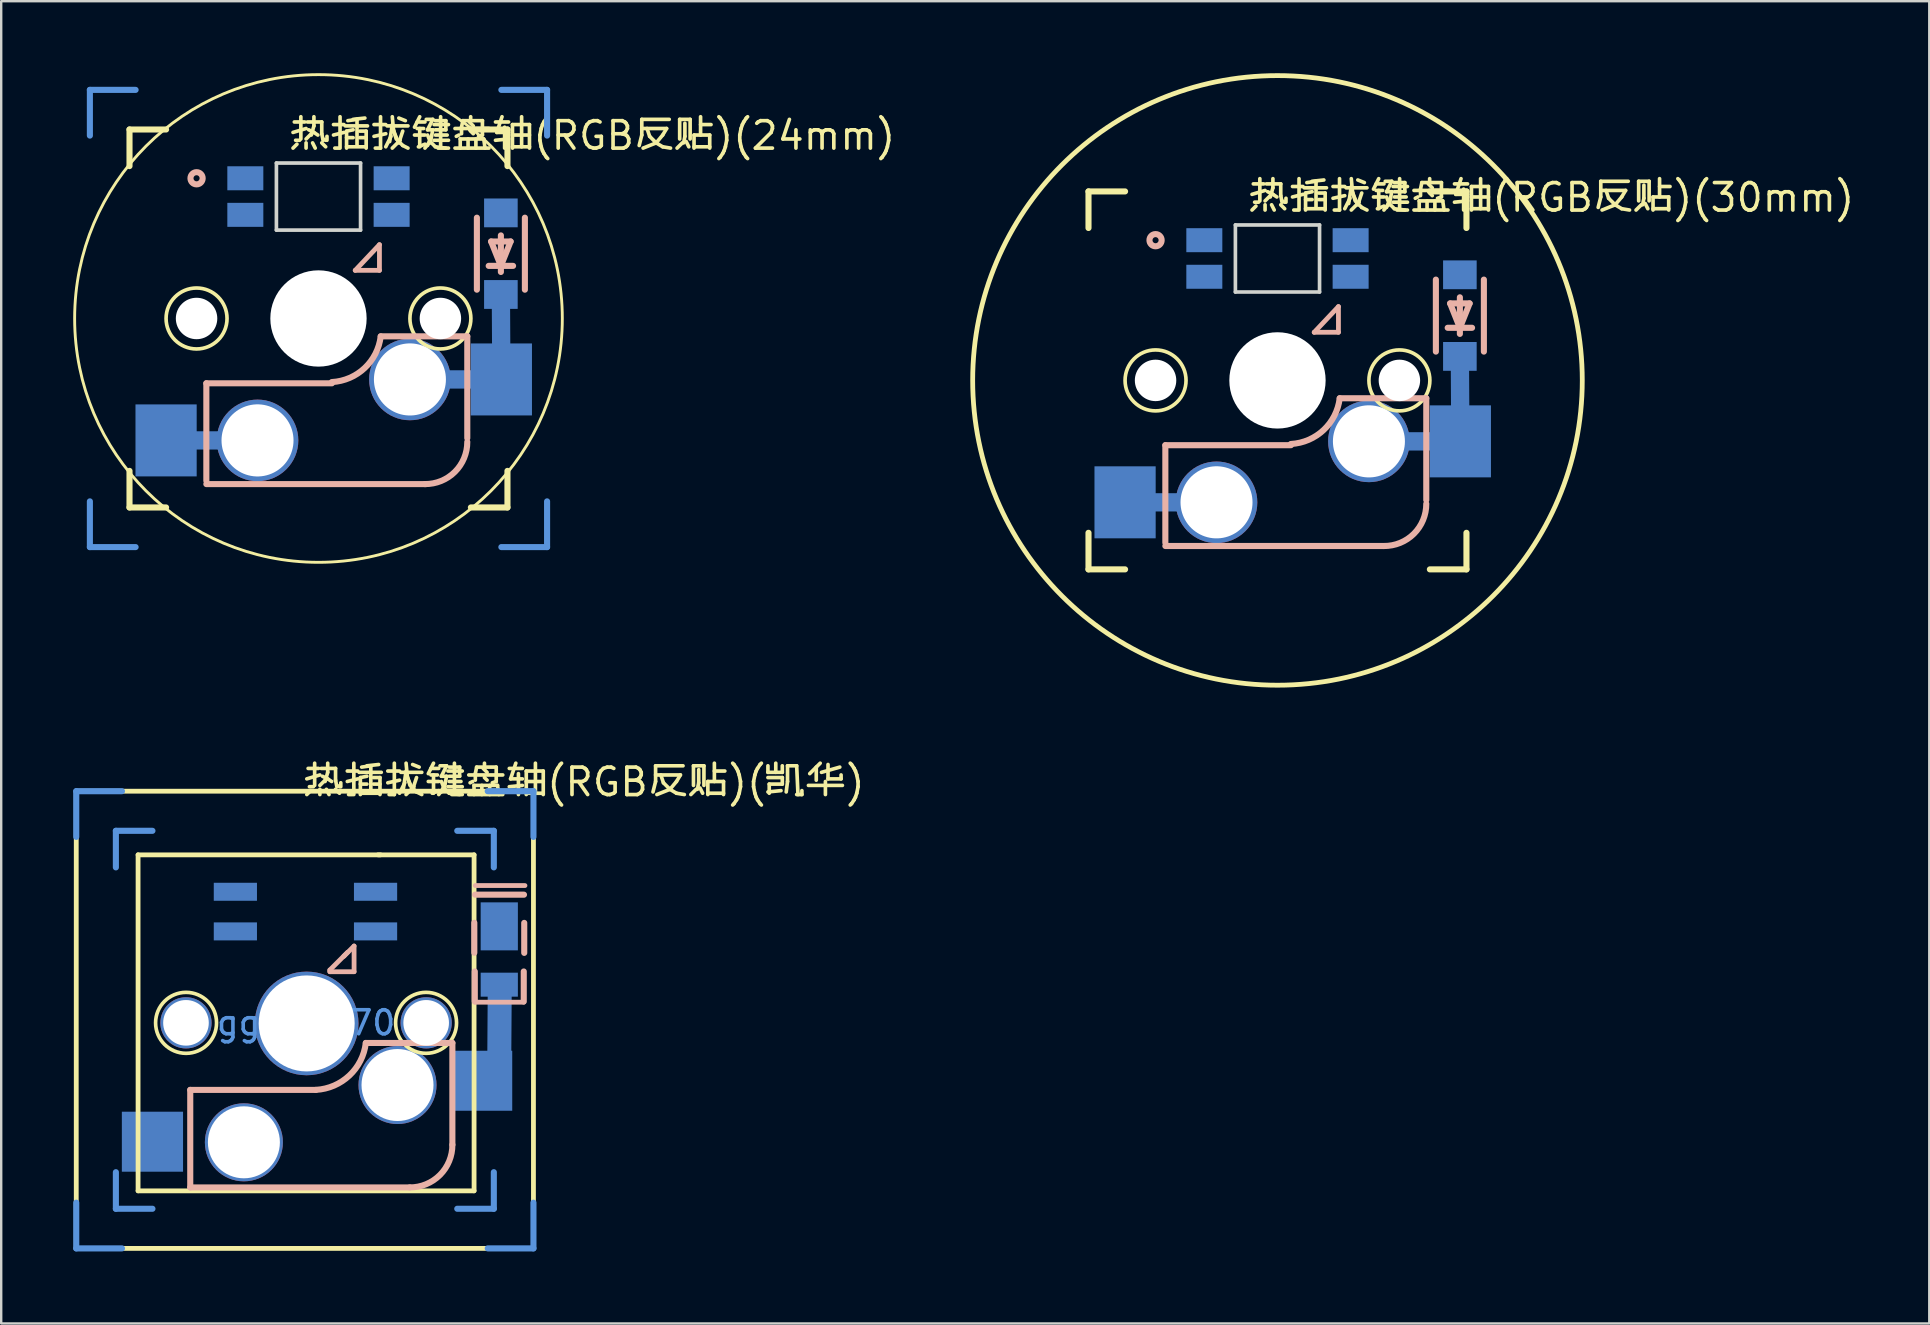
<source format=kicad_pcb>
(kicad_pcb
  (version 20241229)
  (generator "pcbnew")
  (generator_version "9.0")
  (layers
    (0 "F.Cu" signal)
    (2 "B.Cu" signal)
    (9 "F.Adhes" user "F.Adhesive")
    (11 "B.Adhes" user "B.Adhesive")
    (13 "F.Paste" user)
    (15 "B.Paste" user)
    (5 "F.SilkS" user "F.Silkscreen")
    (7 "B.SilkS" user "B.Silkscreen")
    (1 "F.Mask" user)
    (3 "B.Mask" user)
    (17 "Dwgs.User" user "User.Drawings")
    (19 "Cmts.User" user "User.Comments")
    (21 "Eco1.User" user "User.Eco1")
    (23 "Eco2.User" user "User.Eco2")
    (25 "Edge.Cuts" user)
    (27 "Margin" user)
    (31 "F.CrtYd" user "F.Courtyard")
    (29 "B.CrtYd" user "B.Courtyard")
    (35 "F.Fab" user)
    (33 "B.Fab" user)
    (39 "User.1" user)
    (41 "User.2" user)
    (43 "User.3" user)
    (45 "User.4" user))
  (footprint "热插拔键盘轴(RGB反贴)(30mm)"
    (layer "F.Cu")
    (at 50.178 12.8)
    (property "Reference" "热插拔键盘轴(RGB反贴)(30mm)" (at -1.27 -7.62 0) (layer "F.SilkS") (effects (font (size 1.143 1.143) (thickness 0.152)) (justify left)))
    (attr smd)
    (fp_line (start -6.35 5.08) (end -2.54 5.08) (stroke (width 0.762) (type solid)) (layer "B.Cu"))
    (fp_line (start 3.81 2.54) (end 7.62 2.54) (stroke (width 0.762) (type solid)) (layer "B.Cu"))
    (fp_line (start 7.62 2.54) (end 7.6 -1) (stroke (width 0.762) (type solid)) (layer "B.Cu"))
    (fp_line (start -7.874 -7.874) (end -6.35 -7.874) (stroke (width 0.254) (type solid)) (layer "F.SilkS"))
    (fp_line (start -7.874 -6.35) (end -7.874 -7.874) (stroke (width 0.254) (type solid)) (layer "F.SilkS"))
    (fp_line (start -7.874 7.874) (end -7.874 6.35) (stroke (width 0.254) (type solid)) (layer "F.SilkS"))
    (fp_line (start -6.35 7.874) (end -7.874 7.874) (stroke (width 0.254) (type solid)) (layer "F.SilkS"))
    (fp_line (start 6.35 -7.874) (end 7.874 -7.874) (stroke (width 0.254) (type solid)) (layer "F.SilkS"))
    (fp_line (start 7.874 -7.874) (end 7.874 -6.35) (stroke (width 0.254) (type solid)) (layer "F.SilkS"))
    (fp_line (start 7.874 6.35) (end 7.874 7.874) (stroke (width 0.254) (type solid)) (layer "F.SilkS"))
    (fp_line (start 7.874 7.874) (end 6.35 7.874) (stroke (width 0.254) (type solid)) (layer "F.SilkS"))
    (fp_circle (center -5.08 0) (end -3.81 0) (stroke (width 0.152) (type solid)) (fill no) (layer "F.SilkS"))
    (fp_circle (center 0 0) (end 12.7 0) (stroke (width 0.2) (type default)) (fill no) (layer "F.SilkS"))
    (fp_circle (center 5.08 0) (end 6.35 0) (stroke (width 0.152) (type solid)) (fill no) (layer "F.SilkS"))
    (fp_line (start -4.672 2.7) (end -4.672 6.764) (stroke (width 0.254) (type solid)) (layer "B.SilkS"))
    (fp_line (start -4.672 2.7) (end 0.56 2.7) (stroke (width 0.254) (type solid)) (layer "B.SilkS"))
    (fp_line (start 1.531 -2.005) (end 2.54 -3.075) (stroke (width 0.2) (type solid)) (layer "B.SilkS"))
    (fp_line (start 2.54 -3.075) (end 2.54 -2.005) (stroke (width 0.2) (type solid)) (layer "B.SilkS"))
    (fp_line (start 2.54 -2.005) (end 1.531 -2.005) (stroke (width 0.2) (type solid)) (layer "B.SilkS"))
    (fp_line (start 2.593 0.744) (end 6.2 0.744) (stroke (width 0.254) (type solid)) (layer "B.SilkS"))
    (fp_line (start 4.472 6.9) (end -4.672 6.9) (stroke (width 0.254) (type solid)) (layer "B.SilkS"))
    (fp_line (start 6.2 0.744) (end 6.2 4.986) (stroke (width 0.254) (type solid)) (layer "B.SilkS"))
    (fp_line (start 6.6 -4.2) (end 6.6 -1.2) (stroke (width 0.254) (type solid)) (layer "B.SilkS"))
    (fp_line (start 7.092 -2.192) (end 8.108 -2.192) (stroke (width 0.254) (type solid)) (layer "B.SilkS"))
    (fp_line (start 7.194 -3.208) (end 8.006 -3.208) (stroke (width 0.254) (type solid)) (layer "B.SilkS"))
    (fp_line (start 7.6 -2.192) (end 7.194 -3.208) (stroke (width 0.254) (type solid)) (layer "B.SilkS"))
    (fp_line (start 7.6 -1.938) (end 7.6 -3.462) (stroke (width 0.254) (type solid)) (layer "B.SilkS"))
    (fp_line (start 8.006 -3.208) (end 7.6 -2.192) (stroke (width 0.254) (type solid)) (layer "B.SilkS"))
    (fp_line (start 8.6 -4.2) (end 8.6 -1.2) (stroke (width 0.254) (type solid)) (layer "B.SilkS"))
    (fp_arc (start 2.593 0.744) (mid 1.92218 2.067083) (end 0.557846 2.649438) (stroke (width 0.254) (type solid)) (layer "B.SilkS"))
    (fp_arc (start 6.2 5.140489) (mid 5.684587 6.389986) (end 4.432879 6.9) (stroke (width 0.254) (type solid)) (layer "B.SilkS"))
    (fp_circle (center -5.08 -5.842) (end -4.826 -5.842) (stroke (width 0.254) (type solid)) (fill no) (layer "B.SilkS"))
    (fp_line (start -1.753 -6.477) (end -1.753 -3.683) (stroke (width 0.152) (type solid)) (layer "Edge.Cuts"))
    (fp_line (start -1.753 -3.683) (end 1.753 -3.683) (stroke (width 0.152) (type solid)) (layer "Edge.Cuts"))
    (fp_line (start 1.753 -6.477) (end -1.753 -6.477) (stroke (width 0.152) (type solid)) (layer "Edge.Cuts"))
    (fp_line (start 1.753 -3.683) (end 1.753 -6.477) (stroke (width 0.152) (type solid)) (layer "Edge.Cuts"))
    (pad "" np_thru_hole circle (at -5.08 0) (size 1.727 1.727) (drill 1.727) (layers "*.Cu" "*.Mask"))
    (pad "" np_thru_hole circle (at 0 0) (size 4.013 4.013) (drill 4.013) (layers "*.Cu" "*.Mask"))
    (pad "" np_thru_hole circle (at 5.08 0) (size 1.727 1.727) (drill 1.727) (layers "*.Cu" "*.Mask"))
    (pad "1" thru_hole circle (at 3.81 2.54) (size 3.4 3.4) (drill oval 3 3.005) (layers "*.Cu" "*.Paste" "*.Mask"))
    (pad "1" smd rect (at 7.6 -1 270) (size 1.2 1.4) (layers "B.Cu" "B.Mask" "B.Paste"))
    (pad "1" smd rect (at 7.62 2.54) (size 2.55 3) (layers "B.Cu" "B.Mask" "B.Paste"))
    (pad "2" thru_hole circle (at -2.54 5.08 180) (size 3.4 3.4) (drill oval 3 3.005) (layers "*.Cu" "*.Paste" "*.Mask"))
    (pad "COL" smd rect (at 7.6 -4.4 270) (size 1.2 1.4) (layers "B.Cu" "B.Mask" "B.Paste"))
    (pad "DIN" smd rect (at -3.048 -4.318 180) (size 1.5 1) (layers "B.Cu" "B.Mask" "B.Paste"))
    (pad "DOUT" smd rect (at 3.048 -5.842 180) (size 1.5 1) (layers "B.Cu" "B.Mask" "B.Paste"))
    (pad "LED" smd rect (at 3.048 -4.318 180) (size 1.5 1) (layers "B.Cu" "B.Mask" "B.Paste"))
    (pad "LEDGND" smd rect (at -3.048 -5.842 180) (size 1.5 1) (layers "B.Cu" "B.Mask" "B.Paste"))
    (pad "ROW" smd rect (at -6.35 5.08) (size 2.55 3) (layers "B.Cu" "B.Mask" "B.Paste")))
  (footprint "热插拔键盘轴(RGB反贴)(凯华)"
    (layer "F.Cu")
    (at 9.703 39.568)
    (property "Reference" "热插拔键盘轴(RGB反贴)(凯华)" (at -0.178 -10.033 0) (layer "F.SilkS") (effects (font (size 1.143 1.143) (thickness 0.152)) (justify left)))
    (attr smd)
    (fp_line (start 7.315 2.413) (end 8.049 1.679) (stroke (width 1) (type solid)) (layer "B.Cu"))
    (fp_line (start 8.049 1.679) (end 8.07 -1.55) (stroke (width 1) (type solid)) (layer "B.Cu"))
    (fp_line (start -9.576 -9.652) (end 9.474 -9.652) (stroke (width 0.2) (type solid)) (layer "F.SilkS"))
    (fp_line (start -9.576 9.398) (end -9.576 -9.652) (stroke (width 0.2) (type solid)) (layer "F.SilkS"))
    (fp_line (start -7 -7) (end -7 7) (stroke (width 0.2) (type solid)) (layer "F.SilkS"))
    (fp_line (start -7 7) (end 7 7) (stroke (width 0.2) (type solid)) (layer "F.SilkS"))
    (fp_line (start 3.1 -7) (end -7 -7) (stroke (width 0.2) (type solid)) (layer "F.SilkS"))
    (fp_line (start 7 -7) (end 3 -7) (stroke (width 0.2) (type solid)) (layer "F.SilkS"))
    (fp_line (start 7 7) (end 7 -7) (stroke (width 0.2) (type solid)) (layer "F.SilkS"))
    (fp_line (start 9.474 -9.652) (end 9.474 9.398) (stroke (width 0.2) (type solid)) (layer "F.SilkS"))
    (fp_line (start 9.474 9.398) (end -9.576 9.398) (stroke (width 0.2) (type solid)) (layer "F.SilkS"))
    (fp_circle (center -5 0) (end -3.73 0) (stroke (width 0.152) (type solid)) (fill no) (layer "F.SilkS"))
    (fp_circle (center 5 0) (end 6.27 0) (stroke (width 0.152) (type solid)) (fill no) (layer "F.SilkS"))
    (fp_line (start -4.826 2.794) (end -4.826 6.858) (stroke (width 0.254) (type solid)) (layer "B.SilkS"))
    (fp_line (start -4.826 2.794) (end 0.406 2.794) (stroke (width 0.254) (type solid)) (layer "B.SilkS"))
    (fp_line (start 0.991 -2.201) (end 1.73 -2.94) (stroke (width 0.2) (type solid)) (layer "B.SilkS"))
    (fp_line (start 0.991 -2.13) (end 0.991 -2.201) (stroke (width 0.2) (type solid)) (layer "B.SilkS"))
    (fp_line (start 1.58 -2.78) (end 1.58 -2.78) (stroke (width 0.2) (type solid)) (layer "B.SilkS"))
    (fp_line (start 1.58 -2.78) (end 2 -3.2) (stroke (width 0.2) (type solid)) (layer "B.SilkS"))
    (fp_line (start 2 -3.2) (end 2 -2.13) (stroke (width 0.2) (type solid)) (layer "B.SilkS"))
    (fp_line (start 2 -2.13) (end 0.991 -2.13) (stroke (width 0.2) (type solid)) (layer "B.SilkS"))
    (fp_line (start 2.489 0.838) (end 6.096 0.838) (stroke (width 0.254) (type solid)) (layer "B.SilkS"))
    (fp_line (start 4.318 6.858) (end -4.826 6.858) (stroke (width 0.254) (type solid)) (layer "B.SilkS"))
    (fp_line (start 6.096 0.838) (end 6.096 5.08) (stroke (width 0.254) (type solid)) (layer "B.SilkS"))
    (fp_line (start 7.01 -2.92) (end 7.01 -4.17) (stroke (width 0.254) (type solid)) (layer "B.SilkS"))
    (fp_line (start 7.03 -2.14) (end 7.03 -0.89) (stroke (width 0.254) (type solid)) (layer "B.SilkS"))
    (fp_line (start 7.03 -0.86) (end 9.07 -0.86) (stroke (width 0.2) (type solid)) (layer "B.SilkS"))
    (fp_line (start 7.04 -5.34) (end 9.08 -5.34) (stroke (width 0.254) (type solid)) (layer "B.SilkS"))
    (fp_line (start 7.05 -5.72) (end 9.12 -5.72) (stroke (width 0.2) (type solid)) (layer "B.SilkS"))
    (fp_line (start 9.07 -2.14) (end 9.07 -0.89) (stroke (width 0.254) (type solid)) (layer "B.SilkS"))
    (fp_line (start 9.09 -2.915) (end 9.09 -4.165) (stroke (width 0.254) (type solid)) (layer "B.SilkS"))
    (fp_arc (start 2.489 0.838) (mid 1.804299 2.195275) (end 0.406544 2.793012) (stroke (width 0.254) (type solid)) (layer "B.SilkS"))
    (fp_arc (start 6.096 5.08) (mid 5.578172 6.339604) (end 4.318803 6.858004) (stroke (width 0.254) (type solid)) (layer "B.SilkS"))
    (fp_line (start -9.576 -9.652) (end -7.671 -9.652) (stroke (width 0.254) (type solid)) (layer "Cmts.User"))
    (fp_line (start -9.576 -7.747) (end -9.576 -9.652) (stroke (width 0.254) (type solid)) (layer "Cmts.User"))
    (fp_line (start -9.576 7.493) (end -9.576 9.398) (stroke (width 0.254) (type solid)) (layer "Cmts.User"))
    (fp_line (start -7.925 -8.001) (end -6.401 -8.001) (stroke (width 0.254) (type solid)) (layer "Cmts.User"))
    (fp_line (start -7.925 -6.477) (end -7.925 -8.001) (stroke (width 0.254) (type solid)) (layer "Cmts.User"))
    (fp_line (start -7.925 7.747) (end -7.925 6.223) (stroke (width 0.254) (type solid)) (layer "Cmts.User"))
    (fp_line (start -7.671 9.398) (end -9.576 9.398) (stroke (width 0.254) (type solid)) (layer "Cmts.User"))
    (fp_line (start -6.401 7.747) (end -7.925 7.747) (stroke (width 0.254) (type solid)) (layer "Cmts.User"))
    (fp_line (start 6.299 -8.001) (end 7.823 -8.001) (stroke (width 0.254) (type solid)) (layer "Cmts.User"))
    (fp_line (start 7.569 -9.652) (end 9.474 -9.652) (stroke (width 0.254) (type solid)) (layer "Cmts.User"))
    (fp_line (start 7.823 -8.001) (end 7.823 -6.477) (stroke (width 0.254) (type solid)) (layer "Cmts.User"))
    (fp_line (start 7.823 7.747) (end 6.299 7.747) (stroke (width 0.254) (type solid)) (layer "Cmts.User"))
    (fp_line (start 7.823 7.747) (end 7.823 6.223) (stroke (width 0.254) (type solid)) (layer "Cmts.User"))
    (fp_line (start 9.474 -9.652) (end 9.474 -7.747) (stroke (width 0.254) (type solid)) (layer "Cmts.User"))
    (fp_line (start 9.474 9.398) (end 7.569 9.398) (stroke (width 0.254) (type solid)) (layer "Cmts.User"))
    (fp_line (start 9.474 9.398) (end 9.474 7.493) (stroke (width 0.254) (type solid)) (layer "Cmts.User"))
    (fp_text user "gge64070" (at 0 0 0) (layer "Cmts.User") (effects (font (size 1 1) (thickness 0.15))))
    (pad "" thru_hole circle (at -5.004 0) (size 2.134 2.134) (drill 1.9) (layers "*.Cu" "*.Paste" "*.Mask"))
    (pad "" thru_hole circle (at -2.591 4.978) (size 3.251 3.251) (drill 3) (layers "*.Cu" "*.Paste" "*.Mask"))
    (pad "" thru_hole circle (at 0.025 0.025) (size 4.318 4.318) (drill 4) (layers "*.Cu" "*.Paste" "*.Mask"))
    (pad "" thru_hole circle (at 3.81 2.591) (size 3.251 3.251) (drill 3) (layers "*.Cu" "*.Paste" "*.Mask"))
    (pad "" thru_hole circle (at 5.004 0) (size 2.134 2.134) (drill 1.9) (layers "*.Cu" "*.Paste" "*.Mask"))
    (pad "" smd rect (at 7.315 2.413) (size 2.55 2.5) (layers "B.Cu" "B.Mask" "B.Paste"))
    (pad "" smd rect (at 8.05 -1.59 90) (size 1 1.55) (layers "B.Cu" "B.Mask" "B.Paste"))
    (pad "1" smd rect (at -2.946 -5.461 270) (size 0.75 1.8) (layers "B.Cu" "B.Mask" "B.Paste"))
    (pad "2" smd rect (at -2.946 -3.81 270) (size 0.75 1.8) (layers "B.Cu" "B.Mask" "B.Paste"))
    (pad "3" smd rect (at 2.895 -5.461 270) (size 0.75 1.8) (layers "B.Cu" "B.Mask" "B.Paste"))
    (pad "4" smd rect (at 2.895 -3.81 270) (size 0.75 1.8) (layers "B.Cu" "B.Mask" "B.Paste"))
    (pad "5" smd rect (at -6.401 4.953) (size 2.55 2.5) (layers "B.Cu" "B.Mask" "B.Paste"))
    (pad "6" smd rect (at 8.05 -4.02 90) (size 2 1.55) (layers "B.Cu" "B.Mask" "B.Paste")))
  (footprint "热插拔键盘轴(RGB反贴)(24mm)"
    (layer "F.Cu")
    (at 10.22 10.22)
    (property "Reference" "热插拔键盘轴(RGB反贴)(24mm)" (at -1.27 -7.62 0) (layer "F.SilkS") (effects (font (size 1.143 1.143) (thickness 0.152)) (justify left)))
    (attr smd)
    (fp_line (start -6.35 5.08) (end -2.54 5.08) (stroke (width 0.762) (type solid)) (layer "B.Cu"))
    (fp_line (start 3.81 2.54) (end 7.62 2.54) (stroke (width 0.762) (type solid)) (layer "B.Cu"))
    (fp_line (start 7.62 2.54) (end 7.6 -1) (stroke (width 0.762) (type solid)) (layer "B.Cu"))
    (fp_line (start -7.874 -7.874) (end -6.35 -7.874) (stroke (width 0.254) (type solid)) (layer "F.SilkS"))
    (fp_line (start -7.874 -6.35) (end -7.874 -7.874) (stroke (width 0.254) (type solid)) (layer "F.SilkS"))
    (fp_line (start -7.874 7.874) (end -7.874 6.35) (stroke (width 0.254) (type solid)) (layer "F.SilkS"))
    (fp_line (start -6.35 7.874) (end -7.874 7.874) (stroke (width 0.254) (type solid)) (layer "F.SilkS"))
    (fp_line (start 6.35 -7.874) (end 7.874 -7.874) (stroke (width 0.254) (type solid)) (layer "F.SilkS"))
    (fp_line (start 7.874 -7.874) (end 7.874 -6.35) (stroke (width 0.254) (type solid)) (layer "F.SilkS"))
    (fp_line (start 7.874 6.35) (end 7.874 7.874) (stroke (width 0.254) (type solid)) (layer "F.SilkS"))
    (fp_line (start 7.874 7.874) (end 6.35 7.874) (stroke (width 0.254) (type solid)) (layer "F.SilkS"))
    (fp_circle (center -5.08 0) (end -3.81 0) (stroke (width 0.152) (type solid)) (fill no) (layer "F.SilkS"))
    (fp_circle (center 0 0) (end 10.16 0) (stroke (width 0.12) (type default)) (fill no) (layer "F.SilkS"))
    (fp_circle (center 5.08 0) (end 6.35 0) (stroke (width 0.152) (type solid)) (fill no) (layer "F.SilkS"))
    (fp_line (start -4.672 2.7) (end -4.672 6.764) (stroke (width 0.254) (type solid)) (layer "B.SilkS"))
    (fp_line (start -4.672 2.7) (end 0.56 2.7) (stroke (width 0.254) (type solid)) (layer "B.SilkS"))
    (fp_line (start 1.531 -2.005) (end 2.54 -3.075) (stroke (width 0.2) (type solid)) (layer "B.SilkS"))
    (fp_line (start 2.54 -3.075) (end 2.54 -2.005) (stroke (width 0.2) (type solid)) (layer "B.SilkS"))
    (fp_line (start 2.54 -2.005) (end 1.531 -2.005) (stroke (width 0.2) (type solid)) (layer "B.SilkS"))
    (fp_line (start 2.593 0.744) (end 6.2 0.744) (stroke (width 0.254) (type solid)) (layer "B.SilkS"))
    (fp_line (start 4.472 6.9) (end -4.672 6.9) (stroke (width 0.254) (type solid)) (layer "B.SilkS"))
    (fp_line (start 6.2 0.744) (end 6.2 4.986) (stroke (width 0.254) (type solid)) (layer "B.SilkS"))
    (fp_line (start 6.6 -4.2) (end 6.6 -1.2) (stroke (width 0.254) (type solid)) (layer "B.SilkS"))
    (fp_line (start 7.092 -2.192) (end 8.108 -2.192) (stroke (width 0.254) (type solid)) (layer "B.SilkS"))
    (fp_line (start 7.194 -3.208) (end 8.006 -3.208) (stroke (width 0.254) (type solid)) (layer "B.SilkS"))
    (fp_line (start 7.6 -2.192) (end 7.194 -3.208) (stroke (width 0.254) (type solid)) (layer "B.SilkS"))
    (fp_line (start 7.6 -1.938) (end 7.6 -3.462) (stroke (width 0.254) (type solid)) (layer "B.SilkS"))
    (fp_line (start 8.006 -3.208) (end 7.6 -2.192) (stroke (width 0.254) (type solid)) (layer "B.SilkS"))
    (fp_line (start 8.6 -4.2) (end 8.6 -1.2) (stroke (width 0.254) (type solid)) (layer "B.SilkS"))
    (fp_arc (start 2.593 0.744) (mid 1.92218 2.067083) (end 0.557846 2.649438) (stroke (width 0.254) (type solid)) (layer "B.SilkS"))
    (fp_arc (start 6.2 5.140489) (mid 5.684587 6.389986) (end 4.432879 6.9) (stroke (width 0.254) (type solid)) (layer "B.SilkS"))
    (fp_circle (center -5.08 -5.842) (end -4.826 -5.842) (stroke (width 0.254) (type solid)) (fill no) (layer "B.SilkS"))
    (fp_line (start -9.525 -9.525) (end -9.525 -7.62) (stroke (width 0.254) (type solid)) (layer "Cmts.User"))
    (fp_line (start -9.525 -9.525) (end -7.62 -9.525) (stroke (width 0.254) (type solid)) (layer "Cmts.User"))
    (fp_line (start -9.525 9.525) (end -9.525 7.62) (stroke (width 0.254) (type solid)) (layer "Cmts.User"))
    (fp_line (start -7.62 9.525) (end -9.525 9.525) (stroke (width 0.254) (type solid)) (layer "Cmts.User"))
    (fp_line (start 7.62 -9.525) (end 9.525 -9.525) (stroke (width 0.254) (type solid)) (layer "Cmts.User"))
    (fp_line (start 9.525 -7.62) (end 9.525 -9.525) (stroke (width 0.254) (type solid)) (layer "Cmts.User"))
    (fp_line (start 9.525 7.62) (end 9.525 9.525) (stroke (width 0.254) (type solid)) (layer "Cmts.User"))
    (fp_line (start 9.525 9.525) (end 7.62 9.525) (stroke (width 0.254) (type solid)) (layer "Cmts.User"))
    (fp_line (start -1.753 -6.477) (end -1.753 -3.683) (stroke (width 0.152) (type solid)) (layer "Edge.Cuts"))
    (fp_line (start -1.753 -3.683) (end 1.753 -3.683) (stroke (width 0.152) (type solid)) (layer "Edge.Cuts"))
    (fp_line (start 1.753 -6.477) (end -1.753 -6.477) (stroke (width 0.152) (type solid)) (layer "Edge.Cuts"))
    (fp_line (start 1.753 -3.683) (end 1.753 -6.477) (stroke (width 0.152) (type solid)) (layer "Edge.Cuts"))
    (pad "" np_thru_hole circle (at -5.08 0) (size 1.727 1.727) (drill 1.727) (layers "*.Cu" "*.Mask"))
    (pad "" np_thru_hole circle (at 0 0) (size 4.013 4.013) (drill 4.013) (layers "*.Cu" "*.Mask"))
    (pad "" np_thru_hole circle (at 5.08 0) (size 1.727 1.727) (drill 1.727) (layers "*.Cu" "*.Mask"))
    (pad "1" thru_hole circle (at 3.81 2.54) (size 3.4 3.4) (drill oval 3 3.005) (layers "*.Cu" "*.Paste" "*.Mask"))
    (pad "1" smd rect (at 7.6 -1 270) (size 1.2 1.4) (layers "B.Cu" "B.Mask" "B.Paste"))
    (pad "1" smd rect (at 7.62 2.54) (size 2.55 3) (layers "B.Cu" "B.Mask" "B.Paste"))
    (pad "2" thru_hole circle (at -2.54 5.08 180) (size 3.4 3.4) (drill oval 3 3.005) (layers "*.Cu" "*.Paste" "*.Mask"))
    (pad "COL" smd rect (at 7.6 -4.4 270) (size 1.2 1.4) (layers "B.Cu" "B.Mask" "B.Paste"))
    (pad "DIN" smd rect (at -3.048 -4.318 180) (size 1.5 1) (layers "B.Cu" "B.Mask" "B.Paste"))
    (pad "DOUT" smd rect (at 3.048 -5.842 180) (size 1.5 1) (layers "B.Cu" "B.Mask" "B.Paste"))
    (pad "LED" smd rect (at 3.048 -4.318 180) (size 1.5 1) (layers "B.Cu" "B.Mask" "B.Paste"))
    (pad "LEDGND" smd rect (at -3.048 -5.842 180) (size 1.5 1) (layers "B.Cu" "B.Mask" "B.Paste"))
    (pad "ROW" smd rect (at -6.35 5.08) (size 2.55 3) (layers "B.Cu" "B.Mask" "B.Paste")))
  (gr_rect
    (start -3 -3)
    (end 77.336 52.093)
    (stroke (width 0.1) (type default))
    (fill no)
    (layer "Edge.Cuts")))
</source>
